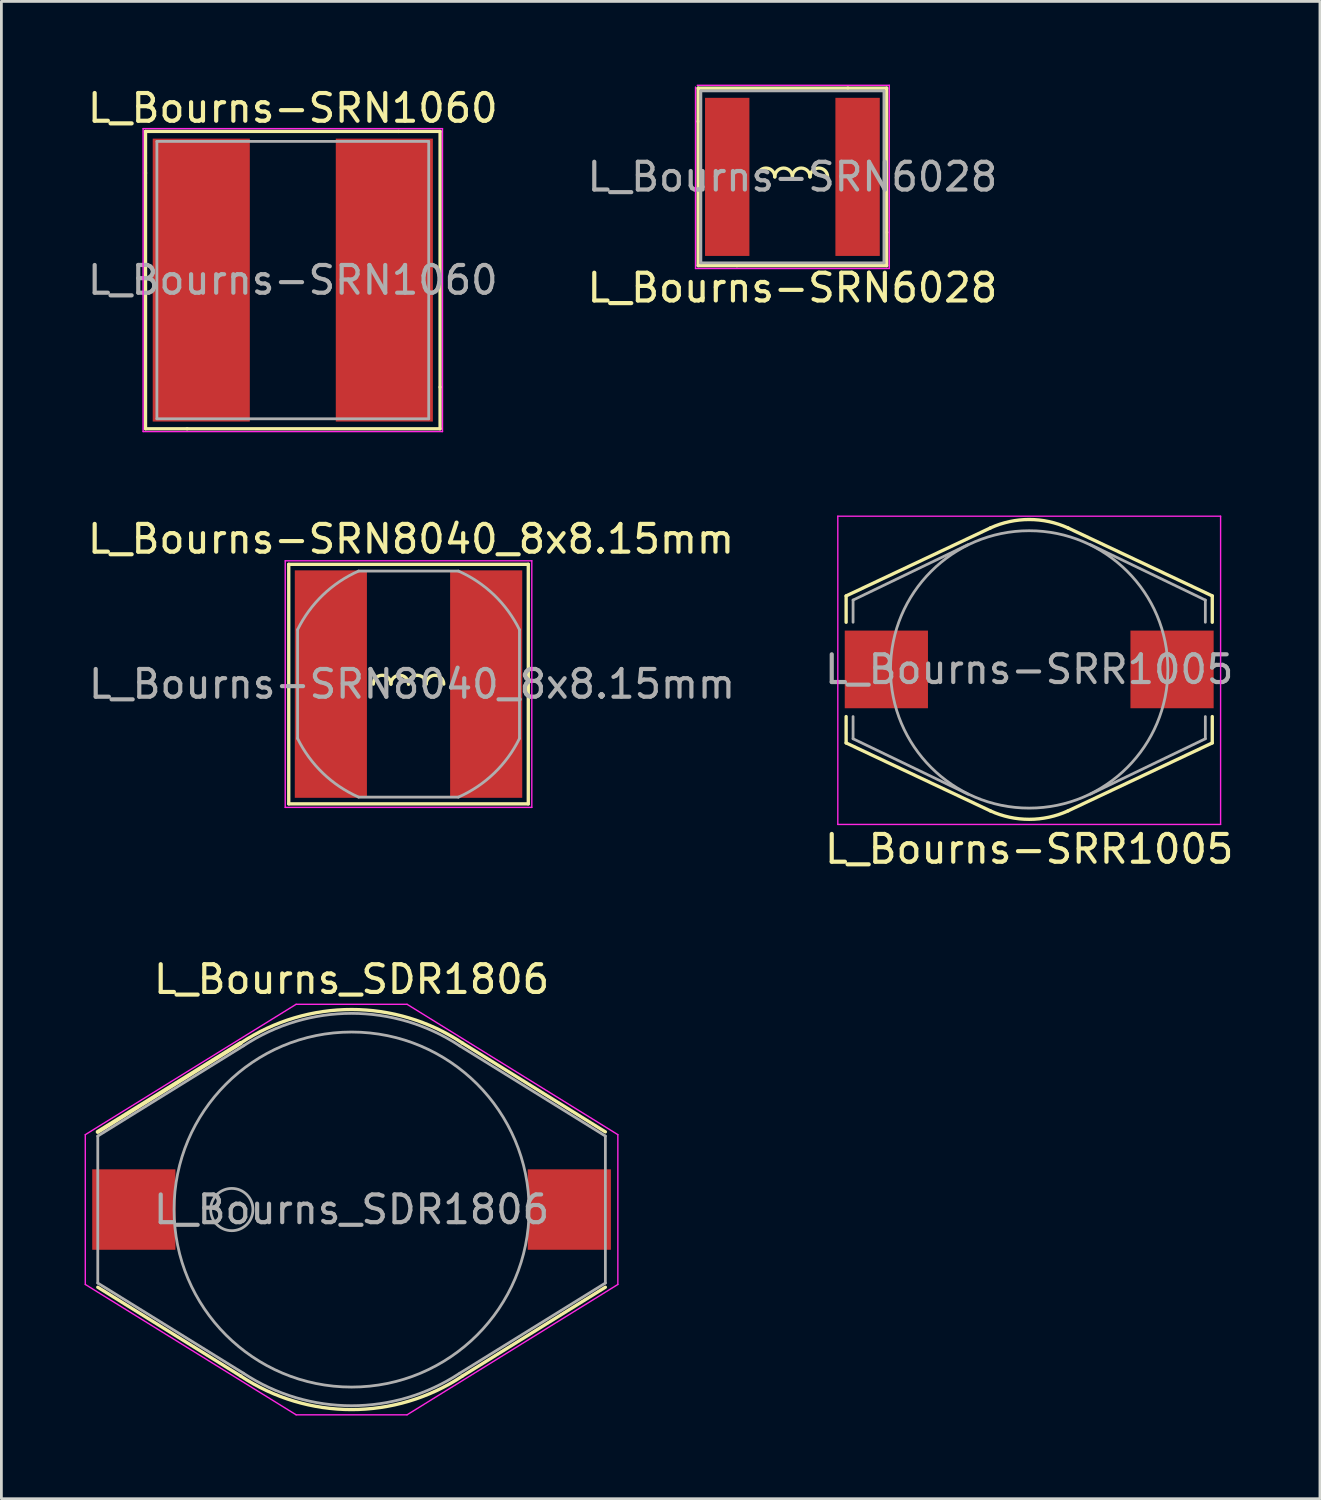
<source format=kicad_pcb>
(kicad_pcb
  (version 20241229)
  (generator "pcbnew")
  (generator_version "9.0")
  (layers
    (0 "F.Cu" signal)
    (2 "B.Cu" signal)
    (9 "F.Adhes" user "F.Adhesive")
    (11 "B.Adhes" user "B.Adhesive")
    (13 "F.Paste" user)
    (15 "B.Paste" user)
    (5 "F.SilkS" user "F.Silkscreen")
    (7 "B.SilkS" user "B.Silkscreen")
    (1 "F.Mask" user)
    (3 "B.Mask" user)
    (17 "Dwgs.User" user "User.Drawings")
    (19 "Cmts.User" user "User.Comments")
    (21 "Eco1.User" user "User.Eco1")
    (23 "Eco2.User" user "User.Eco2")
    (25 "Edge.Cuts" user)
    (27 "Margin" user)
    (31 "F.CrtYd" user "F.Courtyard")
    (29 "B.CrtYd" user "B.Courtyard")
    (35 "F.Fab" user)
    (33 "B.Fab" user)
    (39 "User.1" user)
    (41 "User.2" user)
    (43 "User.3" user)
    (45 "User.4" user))
  (footprint "L_Bourns-SRN1060"
    (layer "F.Cu")
    (at 7.506 7.048)
    (property "Reference" "L_Bourns-SRN1060" (at 0 -6.2 0) (layer "F.SilkS") (effects (font (size 1 1) (thickness 0.15))))
    (attr smd)
    (fp_line (start -5.31 -5.36) (end -5.31 -3.86) (stroke (width 0.12) (type solid)) (layer "F.SilkS"))
    (fp_line (start -5.31 -5.36) (end 3.81 -5.36) (stroke (width 0.12) (type solid)) (layer "F.SilkS"))
    (fp_line (start -5.31 5.36) (end -5.31 -3.86) (stroke (width 0.12) (type solid)) (layer "F.SilkS"))
    (fp_line (start -5.31 5.36) (end -3.81 5.36) (stroke (width 0.12) (type solid)) (layer "F.SilkS"))
    (fp_line (start 5.31 -5.36) (end 3.81 -5.36) (stroke (width 0.12) (type solid)) (layer "F.SilkS"))
    (fp_line (start 5.31 -5.36) (end 5.31 3.86) (stroke (width 0.12) (type solid)) (layer "F.SilkS"))
    (fp_line (start 5.31 5.36) (end -3.81 5.36) (stroke (width 0.12) (type solid)) (layer "F.SilkS"))
    (fp_line (start 5.31 5.36) (end 5.31 3.86) (stroke (width 0.12) (type solid)) (layer "F.SilkS"))
    (fp_line (start -5.397 -5.461) (end -5.397 5.461) (stroke (width 0.05) (type solid)) (layer "F.CrtYd"))
    (fp_line (start -5.397 -5.461) (end 5.397 -5.461) (stroke (width 0.05) (type solid)) (layer "F.CrtYd"))
    (fp_line (start -5.397 5.461) (end 5.397 5.461) (stroke (width 0.05) (type solid)) (layer "F.CrtYd"))
    (fp_line (start 5.397 -5.461) (end 5.397 5.461) (stroke (width 0.05) (type solid)) (layer "F.CrtYd"))
    (fp_line (start -4.9 -5) (end -4.9 5) (stroke (width 0.1) (type solid)) (layer "F.Fab"))
    (fp_line (start -4.9 -5) (end 4.9 -5) (stroke (width 0.1) (type solid)) (layer "F.Fab"))
    (fp_line (start -4.9 5) (end 4.9 5) (stroke (width 0.1) (type solid)) (layer "F.Fab"))
    (fp_line (start 4.9 -5) (end 4.9 5) (stroke (width 0.1) (type solid)) (layer "F.Fab"))
    (fp_text user "${REFERENCE}" (at 0 0 0) (layer "F.Fab") (effects (font (size 1 1) (thickness 0.15))))
    (pad "1" smd rect (at -3.3 0) (size 3.5 10.2) (layers "F.Cu" "F.Mask" "F.Paste"))
    (pad "2" smd rect (at 3.3 0) (size 3.5 10.2) (layers "F.Cu" "F.Mask" "F.Paste")))
  (footprint "L_Bourns-SRN8040_8x8.15mm"
    (layer "F.Cu")
    (at 11.678 21.613)
    (property "Reference" "L_Bourns-SRN8040_8x8.15mm" (at 0.09 -5.23 0) (layer "F.SilkS") (effects (font (size 1 1) (thickness 0.15))))
    (attr smd)
    (fp_line (start -4.318 -4.318) (end 4.318 -4.318) (stroke (width 0.12) (type solid)) (layer "F.SilkS"))
    (fp_line (start -4.318 4.318) (end -4.318 -4.318) (stroke (width 0.12) (type solid)) (layer "F.SilkS"))
    (fp_line (start 4.318 -4.318) (end 4.318 4.318) (stroke (width 0.12) (type solid)) (layer "F.SilkS"))
    (fp_line (start 4.318 4.318) (end -4.318 4.318) (stroke (width 0.12) (type solid)) (layer "F.SilkS"))
    (fp_arc (start -1.27 0) (mid -0.9525 -0.3175) (end -0.635 0) (stroke (width 0.12) (type solid)) (layer "F.SilkS"))
    (fp_arc (start -0.635 0) (mid -0.3175 -0.3175) (end 0 0) (stroke (width 0.12) (type solid)) (layer "F.SilkS"))
    (fp_arc (start 0 0) (mid 0.3175 -0.3175) (end 0.635 0) (stroke (width 0.12) (type solid)) (layer "F.SilkS"))
    (fp_arc (start 0.635 0) (mid 0.9525 -0.3175) (end 1.27 0) (stroke (width 0.12) (type solid)) (layer "F.SilkS"))
    (fp_line (start -4.445 -4.445) (end -4.445 4.445) (stroke (width 0.05) (type solid)) (layer "F.CrtYd"))
    (fp_line (start -4.445 -4.445) (end 4.445 -4.445) (stroke (width 0.05) (type solid)) (layer "F.CrtYd"))
    (fp_line (start -4.445 4.445) (end 4.445 4.445) (stroke (width 0.05) (type solid)) (layer "F.CrtYd"))
    (fp_line (start 4.445 -4.445) (end 4.445 4.445) (stroke (width 0.05) (type solid)) (layer "F.CrtYd"))
    (fp_line (start -4 -1.96) (end -4 1.96) (stroke (width 0.1) (type solid)) (layer "F.Fab"))
    (fp_line (start -1.8 -4.075) (end 1.8 -4.075) (stroke (width 0.1) (type solid)) (layer "F.Fab"))
    (fp_line (start 1.8 4.075) (end -1.8 4.075) (stroke (width 0.1) (type solid)) (layer "F.Fab"))
    (fp_line (start 4 -1.96) (end 4 1.96) (stroke (width 0.1) (type solid)) (layer "F.Fab"))
    (fp_arc (start -3.99824 -1.964613) (mid -3.085179 -3.213611) (end -1.8 -4.075) (stroke (width 0.1) (type solid)) (layer "F.Fab"))
    (fp_arc (start -1.804314 4.072598) (mid -3.088411 3.209878) (end -4 1.96) (stroke (width 0.1) (type solid)) (layer "F.Fab"))
    (fp_arc (start 1.799817 -4.074587) (mid 3.086639 -3.211582) (end 4 -1.96) (stroke (width 0.1) (type solid)) (layer "F.Fab"))
    (fp_arc (start 3.99824 1.964613) (mid 3.085179 3.213611) (end 1.8 4.075) (stroke (width 0.1) (type solid)) (layer "F.Fab"))
    (fp_text user "${REFERENCE}" (at 0.127 0 0) (layer "F.Fab") (effects (font (size 1 1) (thickness 0.15))))
    (pad "1" smd rect (at -2.8 0) (size 2.6 8.2) (layers "F.Cu" "F.Mask" "F.Paste"))
    (pad "2" smd rect (at 2.8 0) (size 2.6 8.2) (layers "F.Cu" "F.Mask" "F.Paste")))
  (footprint "L_Bourns-SRN6028"
    (layer "F.Cu")
    (at 25.518 3.327)
    (property "Reference" "L_Bourns-SRN6028" (at 0 4 0) (layer "F.SilkS") (effects (font (size 1 1) (thickness 0.15))))
    (attr smd)
    (fp_line (start -3.4 -3.2) (end -3.4 -2) (stroke (width 0.12) (type solid)) (layer "F.SilkS"))
    (fp_line (start -3.4 -3.2) (end 2 -3.2) (stroke (width 0.12) (type solid)) (layer "F.SilkS"))
    (fp_line (start -3.4 3.2) (end -3.4 -2) (stroke (width 0.12) (type solid)) (layer "F.SilkS"))
    (fp_line (start -3.4 3.2) (end -2 3.2) (stroke (width 0.12) (type solid)) (layer "F.SilkS"))
    (fp_line (start 3.4 -3.2) (end 2 -3.2) (stroke (width 0.12) (type solid)) (layer "F.SilkS"))
    (fp_line (start 3.4 -3.2) (end 3.4 2) (stroke (width 0.12) (type solid)) (layer "F.SilkS"))
    (fp_line (start 3.4 3.2) (end -2 3.2) (stroke (width 0.12) (type solid)) (layer "F.SilkS"))
    (fp_line (start 3.4 3.2) (end 3.4 2) (stroke (width 0.12) (type solid)) (layer "F.SilkS"))
    (fp_arc (start -1.27 0) (mid -0.9525 -0.3175) (end -0.635 0) (stroke (width 0.12) (type solid)) (layer "F.SilkS"))
    (fp_arc (start -0.635 0) (mid -0.3175 -0.3175) (end 0 0) (stroke (width 0.12) (type solid)) (layer "F.SilkS"))
    (fp_arc (start 0 0) (mid 0.3175 -0.3175) (end 0.635 0) (stroke (width 0.12) (type solid)) (layer "F.SilkS"))
    (fp_arc (start 0.635 0) (mid 0.9525 -0.3175) (end 1.27 0) (stroke (width 0.12) (type solid)) (layer "F.SilkS"))
    (fp_line (start -3.493 -3.239) (end -3.493 3.302) (stroke (width 0.05) (type solid)) (layer "F.CrtYd"))
    (fp_line (start -3.429 -3.302) (end 3.493 -3.302) (stroke (width 0.05) (type solid)) (layer "F.CrtYd"))
    (fp_line (start 3.493 -3.302) (end 3.493 3.302) (stroke (width 0.05) (type solid)) (layer "F.CrtYd"))
    (fp_line (start 3.493 3.302) (end -3.493 3.302) (stroke (width 0.05) (type solid)) (layer "F.CrtYd"))
    (fp_line (start -3.3 -3.1) (end -3.3 3.1) (stroke (width 0.1) (type solid)) (layer "F.Fab"))
    (fp_line (start -3.3 -3.1) (end 3.3 -3.1) (stroke (width 0.1) (type solid)) (layer "F.Fab"))
    (fp_line (start 3.3 -3.1) (end 3.3 3.1) (stroke (width 0.1) (type solid)) (layer "F.Fab"))
    (fp_line (start 3.3 3.1) (end -3.3 3.1) (stroke (width 0.1) (type solid)) (layer "F.Fab"))
    (fp_text user "${REFERENCE}" (at 0 0 0) (layer "F.Fab") (effects (font (size 1 1) (thickness 0.15))))
    (pad "1" smd rect (at -2.35 0) (size 1.6 5.7) (layers "F.Cu" "F.Mask" "F.Paste"))
    (pad "2" smd rect (at 2.35 0) (size 1.6 5.7) (layers "F.Cu" "F.Mask" "F.Paste")))
  (footprint "L_Bourns_SDR1806"
    (layer "F.Cu")
    (at 9.625 40.557)
    (property "Reference" "L_Bourns_SDR1806" (at 0 -8.3 0) (layer "F.SilkS") (effects (font (size 1 1) (thickness 0.15))))
    (attr smd)
    (fp_line (start -9.15 -2.8) (end -4 -6) (stroke (width 0.15) (type solid)) (layer "F.SilkS"))
    (fp_line (start -4 6) (end -9.15 2.8) (stroke (width 0.12) (type solid)) (layer "F.SilkS"))
    (fp_line (start 4 -6) (end 9.15 -2.8) (stroke (width 0.12) (type solid)) (layer "F.SilkS"))
    (fp_line (start 9.15 2.8) (end 4 6) (stroke (width 0.12) (type solid)) (layer "F.SilkS"))
    (fp_arc (start -3.991604 -6.005589) (mid 0.005043 -7.211101) (end 4 -6) (stroke (width 0.12) (type solid)) (layer "F.SilkS"))
    (fp_arc (start 3.991604 6.005589) (mid -0.005043 7.211101) (end -4 6) (stroke (width 0.12) (type solid)) (layer "F.SilkS"))
    (fp_line (start -9.6 2.7) (end -9.6 -2.7) (stroke (width 0.05) (type solid)) (layer "F.CrtYd"))
    (fp_line (start -9.6 2.7) (end -2 7.4) (stroke (width 0.05) (type solid)) (layer "F.CrtYd"))
    (fp_line (start -2 -7.4) (end -9.6 -2.7) (stroke (width 0.05) (type solid)) (layer "F.CrtYd"))
    (fp_line (start -2 -7.4) (end 2 -7.4) (stroke (width 0.05) (type solid)) (layer "F.CrtYd"))
    (fp_line (start 2 7.4) (end -2 7.4) (stroke (width 0.05) (type solid)) (layer "F.CrtYd"))
    (fp_line (start 2 7.4) (end 9.6 2.7) (stroke (width 0.05) (type solid)) (layer "F.CrtYd"))
    (fp_line (start 9.6 -2.7) (end 2 -7.4) (stroke (width 0.05) (type solid)) (layer "F.CrtYd"))
    (fp_line (start 9.6 -2.7) (end 9.6 2.7) (stroke (width 0.05) (type solid)) (layer "F.CrtYd"))
    (fp_line (start -9.15 -2.65) (end -9.15 2.65) (stroke (width 0.1) (type solid)) (layer "F.Fab"))
    (fp_line (start -9.15 -2.65) (end -3.9 -5.9) (stroke (width 0.1) (type solid)) (layer "F.Fab"))
    (fp_line (start -3.9 5.9) (end -9.15 2.65) (stroke (width 0.1) (type solid)) (layer "F.Fab"))
    (fp_line (start 3.9 -5.9) (end 9.15 -2.65) (stroke (width 0.1) (type solid)) (layer "F.Fab"))
    (fp_line (start 9.15 2.65) (end 3.9 5.9) (stroke (width 0.1) (type solid)) (layer "F.Fab"))
    (fp_line (start 9.15 2.65) (end 9.15 -2.65) (stroke (width 0.1) (type solid)) (layer "F.Fab"))
    (fp_arc (start -3.896832 -5.902093) (mid 0.001898 -7.072482) (end 3.9 -5.9) (stroke (width 0.1) (type solid)) (layer "F.Fab"))
    (fp_arc (start 3.896832 5.902093) (mid -0.001898 7.072482) (end -3.9 5.9) (stroke (width 0.1) (type solid)) (layer "F.Fab"))
    (fp_circle (center -4.318 0) (end -4.318 -0.762) (stroke (width 0.1) (type solid)) (fill no) (layer "F.Fab"))
    (fp_circle (center 0 0) (end 0 -6.4) (stroke (width 0.1) (type solid)) (fill no) (layer "F.Fab"))
    (fp_text user "${REFERENCE}" (at 0 0 0) (layer "F.Fab") (effects (font (size 1 1) (thickness 0.15))))
    (pad "1" smd rect (at -7.85 0) (size 3 2.9) (layers "F.Cu" "F.Mask" "F.Paste"))
    (pad "2" smd rect (at 7.85 0 180) (size 3 2.9) (layers "F.Cu" "F.Mask" "F.Paste")))
  (footprint "L_Bourns-SRR1005"
    (layer "F.Cu")
    (at 34.055 21.084)
    (property "Reference" "L_Bourns-SRR1005" (at 0 6.477 0) (layer "F.SilkS") (effects (font (size 1 1) (thickness 0.15))))
    (attr smd)
    (fp_line (start -6.6 -2.65) (end -6.6 -1.7) (stroke (width 0.12) (type solid)) (layer "F.SilkS"))
    (fp_line (start -6.6 -2.65) (end -1.4 -5.1) (stroke (width 0.12) (type solid)) (layer "F.SilkS"))
    (fp_line (start -6.6 2.65) (end -6.6 1.7) (stroke (width 0.12) (type solid)) (layer "F.SilkS"))
    (fp_line (start -6.6 2.65) (end -1.4 5.1) (stroke (width 0.12) (type solid)) (layer "F.SilkS"))
    (fp_line (start 6.6 -2.65) (end 1.4 -5.1) (stroke (width 0.12) (type solid)) (layer "F.SilkS"))
    (fp_line (start 6.6 -2.65) (end 6.6 -1.7) (stroke (width 0.12) (type solid)) (layer "F.SilkS"))
    (fp_line (start 6.6 2.65) (end 1.4 5.1) (stroke (width 0.12) (type solid)) (layer "F.SilkS"))
    (fp_line (start 6.6 2.65) (end 6.6 1.7) (stroke (width 0.12) (type solid)) (layer "F.SilkS"))
    (fp_arc (start -1.4 -5.099999) (mid 0 -5.404331) (end 1.399999 -5.099999) (stroke (width 0.12) (type solid)) (layer "F.SilkS"))
    (fp_arc (start 1.4 5.099999) (mid 0 5.404331) (end -1.399999 5.099999) (stroke (width 0.12) (type solid)) (layer "F.SilkS"))
    (fp_line (start -6.9 -5.524) (end -6.9 5.588) (stroke (width 0.05) (type solid)) (layer "F.CrtYd"))
    (fp_line (start -6.9 -5.524) (end 6.9 -5.524) (stroke (width 0.05) (type solid)) (layer "F.CrtYd"))
    (fp_line (start -6.9 5.588) (end 6.9 5.588) (stroke (width 0.05) (type solid)) (layer "F.CrtYd"))
    (fp_line (start 6.9 -5.524) (end 6.9 5.588) (stroke (width 0.05) (type solid)) (layer "F.CrtYd"))
    (fp_line (start -6.35 -2.5) (end -2.2 -4.5) (stroke (width 0.1) (type solid)) (layer "F.Fab"))
    (fp_line (start -6.35 -1.7) (end -6.35 -2.5) (stroke (width 0.1) (type solid)) (layer "F.Fab"))
    (fp_line (start -6.35 2.5) (end -6.35 1.7) (stroke (width 0.1) (type solid)) (layer "F.Fab"))
    (fp_line (start -6.35 2.5) (end -2.2 4.5) (stroke (width 0.1) (type solid)) (layer "F.Fab"))
    (fp_line (start 6.35 -2.5) (end 2.2 -4.5) (stroke (width 0.1) (type solid)) (layer "F.Fab"))
    (fp_line (start 6.35 -1.7) (end 6.35 -2.5) (stroke (width 0.1) (type solid)) (layer "F.Fab"))
    (fp_line (start 6.35 2.5) (end 2.2 4.5) (stroke (width 0.1) (type solid)) (layer "F.Fab"))
    (fp_line (start 6.35 2.5) (end 6.35 1.7) (stroke (width 0.1) (type solid)) (layer "F.Fab"))
    (fp_circle (center 0 0) (end 0 -5) (stroke (width 0.1) (type solid)) (fill no) (layer "F.Fab"))
    (fp_text user "${REFERENCE}" (at 0 0 0) (layer "F.Fab") (effects (font (size 1 1) (thickness 0.15))))
    (pad "1" smd rect (at -5.15 0) (size 3 2.8) (layers "F.Cu" "F.Mask" "F.Paste"))
    (pad "2" smd rect (at 5.15 0) (size 3 2.8) (layers "F.Cu" "F.Mask" "F.Paste")))
  (gr_rect
    (start -3 -3)
    (end 44.537 50.982)
    (stroke (width 0.1) (type default))
    (fill no)
    (layer "Edge.Cuts")))
</source>
